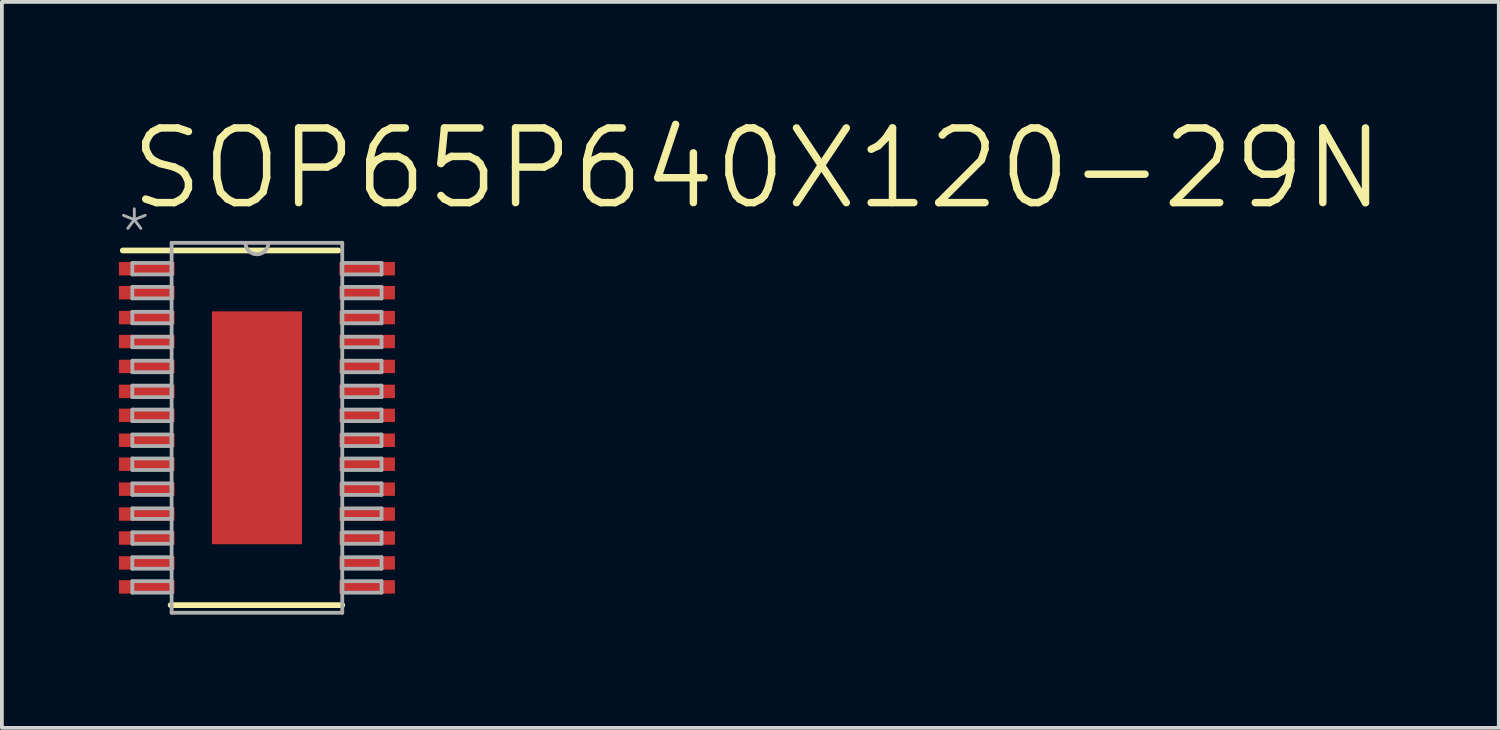
<source format=kicad_pcb>
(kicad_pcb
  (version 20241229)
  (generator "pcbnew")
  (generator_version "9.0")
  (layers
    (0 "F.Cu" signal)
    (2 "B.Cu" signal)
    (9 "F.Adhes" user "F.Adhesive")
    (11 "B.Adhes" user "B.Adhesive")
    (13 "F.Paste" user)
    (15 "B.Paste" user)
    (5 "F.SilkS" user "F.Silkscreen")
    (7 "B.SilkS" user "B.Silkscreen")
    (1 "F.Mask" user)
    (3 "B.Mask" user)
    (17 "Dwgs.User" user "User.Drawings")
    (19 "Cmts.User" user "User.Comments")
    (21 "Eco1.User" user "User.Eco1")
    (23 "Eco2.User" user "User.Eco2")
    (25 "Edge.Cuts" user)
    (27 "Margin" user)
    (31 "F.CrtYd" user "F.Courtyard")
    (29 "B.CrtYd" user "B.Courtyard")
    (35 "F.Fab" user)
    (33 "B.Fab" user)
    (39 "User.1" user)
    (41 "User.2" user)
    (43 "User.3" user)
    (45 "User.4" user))
  (footprint "SOP65P640X120-29N"
    (layer "F.Cu")
    (at 3.759 8.287)
    (property "Reference" "SOP65P640X120-29N" (at -3.454 -5.715 0) (layer "F.SilkS") (effects (font (size 1.979 1.979) (thickness 0.198)) (justify left bottom)))
    (attr through_hole)
    (fp_poly (pts (xy -0.889 -2.921) (xy -0.254 -2.921) (xy -0.254 -2.286) (xy -0.889 -2.286)) (stroke (width 0.15) (type solid)) (fill yes) (layer "F.Mask"))
    (fp_poly (pts (xy -0.889 -1.635) (xy -0.254 -1.635) (xy -0.254 -1) (xy -0.889 -1)) (stroke (width 0.15) (type solid)) (fill yes) (layer "F.Mask"))
    (fp_poly (pts (xy -0.889 -0.349) (xy -0.254 -0.349) (xy -0.254 0.286) (xy -0.889 0.286)) (stroke (width 0.15) (type solid)) (fill yes) (layer "F.Mask"))
    (fp_poly (pts (xy -0.889 0.937) (xy -0.254 0.937) (xy -0.254 1.572) (xy -0.889 1.572)) (stroke (width 0.15) (type solid)) (fill yes) (layer "F.Mask"))
    (fp_poly (pts (xy -0.889 2.223) (xy -0.254 2.223) (xy -0.254 2.857) (xy -0.889 2.857)) (stroke (width 0.15) (type solid)) (fill yes) (layer "F.Mask"))
    (fp_poly (pts (xy 0.254 -2.921) (xy 0.889 -2.921) (xy 0.889 -2.286) (xy 0.254 -2.286)) (stroke (width 0.15) (type solid)) (fill yes) (layer "F.Mask"))
    (fp_poly (pts (xy 0.254 -1.635) (xy 0.889 -1.635) (xy 0.889 -1) (xy 0.254 -1)) (stroke (width 0.15) (type solid)) (fill yes) (layer "F.Mask"))
    (fp_poly (pts (xy 0.254 -0.349) (xy 0.889 -0.349) (xy 0.889 0.286) (xy 0.254 0.286)) (stroke (width 0.15) (type solid)) (fill yes) (layer "F.Mask"))
    (fp_poly (pts (xy 0.254 0.937) (xy 0.889 0.937) (xy 0.889 1.572) (xy 0.254 1.572)) (stroke (width 0.15) (type solid)) (fill yes) (layer "F.Mask"))
    (fp_poly (pts (xy 0.254 2.223) (xy 0.889 2.223) (xy 0.889 2.857) (xy 0.254 2.857)) (stroke (width 0.15) (type solid)) (fill yes) (layer "F.Mask"))
    (fp_line (start -2.286 4.699) (end 2.261 4.699) (stroke (width 0.152) (type solid)) (layer "F.SilkS"))
    (fp_line (start 2.159 -4.699) (end -3.556 -4.699) (stroke (width 0.152) (type solid)) (layer "F.SilkS"))
    (fp_poly (pts (xy -0.889 -2.794) (xy -0.254 -2.794) (xy -0.254 -2.159) (xy -0.889 -2.159)) (stroke (width 0.15) (type solid)) (fill yes) (layer "F.Paste"))
    (fp_poly (pts (xy -0.889 -1.556) (xy -0.254 -1.556) (xy -0.254 -0.921) (xy -0.889 -0.921)) (stroke (width 0.15) (type solid)) (fill yes) (layer "F.Paste"))
    (fp_poly (pts (xy -0.889 -0.318) (xy -0.254 -0.318) (xy -0.254 0.318) (xy -0.889 0.318)) (stroke (width 0.15) (type solid)) (fill yes) (layer "F.Paste"))
    (fp_poly (pts (xy -0.889 0.921) (xy -0.254 0.921) (xy -0.254 1.556) (xy -0.889 1.556)) (stroke (width 0.15) (type solid)) (fill yes) (layer "F.Paste"))
    (fp_poly (pts (xy -0.889 2.159) (xy -0.254 2.159) (xy -0.254 2.794) (xy -0.889 2.794)) (stroke (width 0.15) (type solid)) (fill yes) (layer "F.Paste"))
    (fp_poly (pts (xy 0.254 -2.794) (xy 0.889 -2.794) (xy 0.889 -2.159) (xy 0.254 -2.159)) (stroke (width 0.15) (type solid)) (fill yes) (layer "F.Paste"))
    (fp_poly (pts (xy 0.254 -1.556) (xy 0.889 -1.556) (xy 0.889 -0.921) (xy 0.254 -0.921)) (stroke (width 0.15) (type solid)) (fill yes) (layer "F.Paste"))
    (fp_poly (pts (xy 0.254 -0.318) (xy 0.889 -0.318) (xy 0.889 0.318) (xy 0.254 0.318)) (stroke (width 0.15) (type solid)) (fill yes) (layer "F.Paste"))
    (fp_poly (pts (xy 0.254 0.921) (xy 0.889 0.921) (xy 0.889 1.556) (xy 0.254 1.556)) (stroke (width 0.15) (type solid)) (fill yes) (layer "F.Paste"))
    (fp_poly (pts (xy 0.254 2.159) (xy 0.889 2.159) (xy 0.889 2.794) (xy 0.254 2.794)) (stroke (width 0.15) (type solid)) (fill yes) (layer "F.Paste"))
    (fp_line (start -3.302 -4.369) (end -3.302 -4.064) (stroke (width 0.1) (type solid)) (layer "F.Fab"))
    (fp_line (start -3.302 -4.064) (end -2.261 -4.064) (stroke (width 0.1) (type solid)) (layer "F.Fab"))
    (fp_line (start -3.302 -3.734) (end -3.302 -3.429) (stroke (width 0.1) (type solid)) (layer "F.Fab"))
    (fp_line (start -3.302 -3.429) (end -2.261 -3.429) (stroke (width 0.1) (type solid)) (layer "F.Fab"))
    (fp_line (start -3.302 -3.073) (end -3.302 -2.769) (stroke (width 0.1) (type solid)) (layer "F.Fab"))
    (fp_line (start -3.302 -2.769) (end -2.261 -2.769) (stroke (width 0.1) (type solid)) (layer "F.Fab"))
    (fp_line (start -3.302 -2.413) (end -3.302 -2.134) (stroke (width 0.1) (type solid)) (layer "F.Fab"))
    (fp_line (start -3.302 -2.134) (end -2.261 -2.134) (stroke (width 0.1) (type solid)) (layer "F.Fab"))
    (fp_line (start -3.302 -1.778) (end -3.302 -1.473) (stroke (width 0.1) (type solid)) (layer "F.Fab"))
    (fp_line (start -3.302 -1.473) (end -2.261 -1.473) (stroke (width 0.1) (type solid)) (layer "F.Fab"))
    (fp_line (start -3.302 -1.118) (end -3.302 -0.813) (stroke (width 0.1) (type solid)) (layer "F.Fab"))
    (fp_line (start -3.302 -0.813) (end -2.261 -0.813) (stroke (width 0.1) (type solid)) (layer "F.Fab"))
    (fp_line (start -3.302 -0.483) (end -3.302 -0.178) (stroke (width 0.1) (type solid)) (layer "F.Fab"))
    (fp_line (start -3.302 -0.178) (end -2.261 -0.178) (stroke (width 0.1) (type solid)) (layer "F.Fab"))
    (fp_line (start -3.302 0.178) (end -3.302 0.483) (stroke (width 0.1) (type solid)) (layer "F.Fab"))
    (fp_line (start -3.302 0.483) (end -2.261 0.483) (stroke (width 0.1) (type solid)) (layer "F.Fab"))
    (fp_line (start -3.302 0.813) (end -3.302 1.118) (stroke (width 0.1) (type solid)) (layer "F.Fab"))
    (fp_line (start -3.302 1.118) (end -2.261 1.118) (stroke (width 0.1) (type solid)) (layer "F.Fab"))
    (fp_line (start -3.302 1.473) (end -3.302 1.778) (stroke (width 0.1) (type solid)) (layer "F.Fab"))
    (fp_line (start -3.302 1.778) (end -2.261 1.778) (stroke (width 0.1) (type solid)) (layer "F.Fab"))
    (fp_line (start -3.302 2.134) (end -3.302 2.413) (stroke (width 0.1) (type solid)) (layer "F.Fab"))
    (fp_line (start -3.302 2.413) (end -2.261 2.413) (stroke (width 0.1) (type solid)) (layer "F.Fab"))
    (fp_line (start -3.302 2.769) (end -3.302 3.073) (stroke (width 0.1) (type solid)) (layer "F.Fab"))
    (fp_line (start -3.302 3.073) (end -2.261 3.073) (stroke (width 0.1) (type solid)) (layer "F.Fab"))
    (fp_line (start -3.302 3.429) (end -3.302 3.734) (stroke (width 0.1) (type solid)) (layer "F.Fab"))
    (fp_line (start -3.302 3.734) (end -2.261 3.734) (stroke (width 0.1) (type solid)) (layer "F.Fab"))
    (fp_line (start -3.302 4.064) (end -3.302 4.369) (stroke (width 0.1) (type solid)) (layer "F.Fab"))
    (fp_line (start -3.302 4.369) (end -2.261 4.369) (stroke (width 0.1) (type solid)) (layer "F.Fab"))
    (fp_line (start -2.261 -4.902) (end -2.261 4.902) (stroke (width 0.1) (type solid)) (layer "F.Fab"))
    (fp_line (start -2.261 -4.369) (end -3.302 -4.369) (stroke (width 0.1) (type solid)) (layer "F.Fab"))
    (fp_line (start -2.261 -4.064) (end -2.261 -4.369) (stroke (width 0.1) (type solid)) (layer "F.Fab"))
    (fp_line (start -2.261 -3.734) (end -3.302 -3.734) (stroke (width 0.1) (type solid)) (layer "F.Fab"))
    (fp_line (start -2.261 -3.429) (end -2.261 -3.734) (stroke (width 0.1) (type solid)) (layer "F.Fab"))
    (fp_line (start -2.261 -3.073) (end -3.302 -3.073) (stroke (width 0.1) (type solid)) (layer "F.Fab"))
    (fp_line (start -2.261 -2.769) (end -2.261 -3.073) (stroke (width 0.1) (type solid)) (layer "F.Fab"))
    (fp_line (start -2.261 -2.413) (end -3.302 -2.413) (stroke (width 0.1) (type solid)) (layer "F.Fab"))
    (fp_line (start -2.261 -2.134) (end -2.261 -2.413) (stroke (width 0.1) (type solid)) (layer "F.Fab"))
    (fp_line (start -2.261 -1.778) (end -3.302 -1.778) (stroke (width 0.1) (type solid)) (layer "F.Fab"))
    (fp_line (start -2.261 -1.473) (end -2.261 -1.778) (stroke (width 0.1) (type solid)) (layer "F.Fab"))
    (fp_line (start -2.261 -1.118) (end -3.302 -1.118) (stroke (width 0.1) (type solid)) (layer "F.Fab"))
    (fp_line (start -2.261 -0.813) (end -2.261 -1.118) (stroke (width 0.1) (type solid)) (layer "F.Fab"))
    (fp_line (start -2.261 -0.483) (end -3.302 -0.483) (stroke (width 0.1) (type solid)) (layer "F.Fab"))
    (fp_line (start -2.261 -0.178) (end -2.261 -0.483) (stroke (width 0.1) (type solid)) (layer "F.Fab"))
    (fp_line (start -2.261 0.178) (end -3.302 0.178) (stroke (width 0.1) (type solid)) (layer "F.Fab"))
    (fp_line (start -2.261 0.483) (end -2.261 0.178) (stroke (width 0.1) (type solid)) (layer "F.Fab"))
    (fp_line (start -2.261 0.813) (end -3.302 0.813) (stroke (width 0.1) (type solid)) (layer "F.Fab"))
    (fp_line (start -2.261 1.118) (end -2.261 0.813) (stroke (width 0.1) (type solid)) (layer "F.Fab"))
    (fp_line (start -2.261 1.473) (end -3.302 1.473) (stroke (width 0.1) (type solid)) (layer "F.Fab"))
    (fp_line (start -2.261 1.778) (end -2.261 1.473) (stroke (width 0.1) (type solid)) (layer "F.Fab"))
    (fp_line (start -2.261 2.134) (end -3.302 2.134) (stroke (width 0.1) (type solid)) (layer "F.Fab"))
    (fp_line (start -2.261 2.413) (end -2.261 2.134) (stroke (width 0.1) (type solid)) (layer "F.Fab"))
    (fp_line (start -2.261 2.769) (end -3.302 2.769) (stroke (width 0.1) (type solid)) (layer "F.Fab"))
    (fp_line (start -2.261 3.073) (end -2.261 2.769) (stroke (width 0.1) (type solid)) (layer "F.Fab"))
    (fp_line (start -2.261 3.429) (end -3.302 3.429) (stroke (width 0.1) (type solid)) (layer "F.Fab"))
    (fp_line (start -2.261 3.734) (end -2.261 3.429) (stroke (width 0.1) (type solid)) (layer "F.Fab"))
    (fp_line (start -2.261 4.064) (end -3.302 4.064) (stroke (width 0.1) (type solid)) (layer "F.Fab"))
    (fp_line (start -2.261 4.369) (end -2.261 4.064) (stroke (width 0.1) (type solid)) (layer "F.Fab"))
    (fp_line (start -2.261 4.902) (end 2.261 4.902) (stroke (width 0.1) (type solid)) (layer "F.Fab"))
    (fp_line (start -0.305 -4.902) (end -2.261 -4.902) (stroke (width 0.1) (type solid)) (layer "F.Fab"))
    (fp_line (start 0.305 -4.902) (end -0.305 -4.902) (stroke (width 0.1) (type solid)) (layer "F.Fab"))
    (fp_line (start 2.261 -4.902) (end 0.305 -4.902) (stroke (width 0.1) (type solid)) (layer "F.Fab"))
    (fp_line (start 2.261 -4.369) (end 2.261 -4.064) (stroke (width 0.1) (type solid)) (layer "F.Fab"))
    (fp_line (start 2.261 -4.064) (end 3.302 -4.064) (stroke (width 0.1) (type solid)) (layer "F.Fab"))
    (fp_line (start 2.261 -3.734) (end 2.261 -3.429) (stroke (width 0.1) (type solid)) (layer "F.Fab"))
    (fp_line (start 2.261 -3.429) (end 3.302 -3.429) (stroke (width 0.1) (type solid)) (layer "F.Fab"))
    (fp_line (start 2.261 -3.073) (end 2.261 -2.769) (stroke (width 0.1) (type solid)) (layer "F.Fab"))
    (fp_line (start 2.261 -2.769) (end 3.302 -2.769) (stroke (width 0.1) (type solid)) (layer "F.Fab"))
    (fp_line (start 2.261 -2.413) (end 2.261 -2.134) (stroke (width 0.1) (type solid)) (layer "F.Fab"))
    (fp_line (start 2.261 -2.134) (end 3.302 -2.134) (stroke (width 0.1) (type solid)) (layer "F.Fab"))
    (fp_line (start 2.261 -1.778) (end 2.261 -1.473) (stroke (width 0.1) (type solid)) (layer "F.Fab"))
    (fp_line (start 2.261 -1.473) (end 3.302 -1.473) (stroke (width 0.1) (type solid)) (layer "F.Fab"))
    (fp_line (start 2.261 -1.118) (end 2.261 -0.813) (stroke (width 0.1) (type solid)) (layer "F.Fab"))
    (fp_line (start 2.261 -0.813) (end 3.302 -0.813) (stroke (width 0.1) (type solid)) (layer "F.Fab"))
    (fp_line (start 2.261 -0.483) (end 2.261 -0.178) (stroke (width 0.1) (type solid)) (layer "F.Fab"))
    (fp_line (start 2.261 -0.178) (end 3.302 -0.178) (stroke (width 0.1) (type solid)) (layer "F.Fab"))
    (fp_line (start 2.261 0.178) (end 2.261 0.483) (stroke (width 0.1) (type solid)) (layer "F.Fab"))
    (fp_line (start 2.261 0.483) (end 3.302 0.483) (stroke (width 0.1) (type solid)) (layer "F.Fab"))
    (fp_line (start 2.261 0.813) (end 2.261 1.118) (stroke (width 0.1) (type solid)) (layer "F.Fab"))
    (fp_line (start 2.261 1.118) (end 3.302 1.118) (stroke (width 0.1) (type solid)) (layer "F.Fab"))
    (fp_line (start 2.261 1.473) (end 2.261 1.778) (stroke (width 0.1) (type solid)) (layer "F.Fab"))
    (fp_line (start 2.261 1.778) (end 3.302 1.778) (stroke (width 0.1) (type solid)) (layer "F.Fab"))
    (fp_line (start 2.261 2.134) (end 2.261 2.413) (stroke (width 0.1) (type solid)) (layer "F.Fab"))
    (fp_line (start 2.261 2.413) (end 3.302 2.413) (stroke (width 0.1) (type solid)) (layer "F.Fab"))
    (fp_line (start 2.261 2.769) (end 2.261 3.073) (stroke (width 0.1) (type solid)) (layer "F.Fab"))
    (fp_line (start 2.261 3.073) (end 3.302 3.073) (stroke (width 0.1) (type solid)) (layer "F.Fab"))
    (fp_line (start 2.261 3.429) (end 2.261 3.734) (stroke (width 0.1) (type solid)) (layer "F.Fab"))
    (fp_line (start 2.261 3.734) (end 3.302 3.734) (stroke (width 0.1) (type solid)) (layer "F.Fab"))
    (fp_line (start 2.261 4.064) (end 2.261 4.369) (stroke (width 0.1) (type solid)) (layer "F.Fab"))
    (fp_line (start 2.261 4.369) (end 3.302 4.369) (stroke (width 0.1) (type solid)) (layer "F.Fab"))
    (fp_line (start 2.261 4.902) (end 2.261 -4.902) (stroke (width 0.1) (type solid)) (layer "F.Fab"))
    (fp_line (start 3.302 -4.369) (end 2.261 -4.369) (stroke (width 0.1) (type solid)) (layer "F.Fab"))
    (fp_line (start 3.302 -4.064) (end 3.302 -4.369) (stroke (width 0.1) (type solid)) (layer "F.Fab"))
    (fp_line (start 3.302 -3.734) (end 2.261 -3.734) (stroke (width 0.1) (type solid)) (layer "F.Fab"))
    (fp_line (start 3.302 -3.429) (end 3.302 -3.734) (stroke (width 0.1) (type solid)) (layer "F.Fab"))
    (fp_line (start 3.302 -3.073) (end 2.261 -3.073) (stroke (width 0.1) (type solid)) (layer "F.Fab"))
    (fp_line (start 3.302 -2.769) (end 3.302 -3.073) (stroke (width 0.1) (type solid)) (layer "F.Fab"))
    (fp_line (start 3.302 -2.413) (end 2.261 -2.413) (stroke (width 0.1) (type solid)) (layer "F.Fab"))
    (fp_line (start 3.302 -2.134) (end 3.302 -2.413) (stroke (width 0.1) (type solid)) (layer "F.Fab"))
    (fp_line (start 3.302 -1.778) (end 2.261 -1.778) (stroke (width 0.1) (type solid)) (layer "F.Fab"))
    (fp_line (start 3.302 -1.473) (end 3.302 -1.778) (stroke (width 0.1) (type solid)) (layer "F.Fab"))
    (fp_line (start 3.302 -1.118) (end 2.261 -1.118) (stroke (width 0.1) (type solid)) (layer "F.Fab"))
    (fp_line (start 3.302 -0.813) (end 3.302 -1.118) (stroke (width 0.1) (type solid)) (layer "F.Fab"))
    (fp_line (start 3.302 -0.483) (end 2.261 -0.483) (stroke (width 0.1) (type solid)) (layer "F.Fab"))
    (fp_line (start 3.302 -0.178) (end 3.302 -0.483) (stroke (width 0.1) (type solid)) (layer "F.Fab"))
    (fp_line (start 3.302 0.178) (end 2.261 0.178) (stroke (width 0.1) (type solid)) (layer "F.Fab"))
    (fp_line (start 3.302 0.483) (end 3.302 0.178) (stroke (width 0.1) (type solid)) (layer "F.Fab"))
    (fp_line (start 3.302 0.813) (end 2.261 0.813) (stroke (width 0.1) (type solid)) (layer "F.Fab"))
    (fp_line (start 3.302 1.118) (end 3.302 0.813) (stroke (width 0.1) (type solid)) (layer "F.Fab"))
    (fp_line (start 3.302 1.473) (end 2.261 1.473) (stroke (width 0.1) (type solid)) (layer "F.Fab"))
    (fp_line (start 3.302 1.778) (end 3.302 1.473) (stroke (width 0.1) (type solid)) (layer "F.Fab"))
    (fp_line (start 3.302 2.134) (end 2.261 2.134) (stroke (width 0.1) (type solid)) (layer "F.Fab"))
    (fp_line (start 3.302 2.413) (end 3.302 2.134) (stroke (width 0.1) (type solid)) (layer "F.Fab"))
    (fp_line (start 3.302 2.769) (end 2.261 2.769) (stroke (width 0.1) (type solid)) (layer "F.Fab"))
    (fp_line (start 3.302 3.073) (end 3.302 2.769) (stroke (width 0.1) (type solid)) (layer "F.Fab"))
    (fp_line (start 3.302 3.429) (end 2.261 3.429) (stroke (width 0.1) (type solid)) (layer "F.Fab"))
    (fp_line (start 3.302 3.734) (end 3.302 3.429) (stroke (width 0.1) (type solid)) (layer "F.Fab"))
    (fp_line (start 3.302 4.064) (end 2.261 4.064) (stroke (width 0.1) (type solid)) (layer "F.Fab"))
    (fp_line (start 3.302 4.369) (end 3.302 4.064) (stroke (width 0.1) (type solid)) (layer "F.Fab"))
    (fp_arc (start 0.3048 -4.9022) (mid 0 -4.5974) (end -0.3048 -4.9022) (stroke (width 0.1) (type solid)) (layer "F.Fab"))
    (fp_text user "*" (at -3.759 -4.445 0) (layer "F.Fab") (effects (font (size 1.206 1.206) (thickness 0.076)) (justify left bottom)))
    (pad "1" smd rect (at -2.921 -4.216) (size 1.473 0.356) (layers "F.Cu" "F.Mask" "F.Paste"))
    (pad "2" smd rect (at -2.921 -3.581) (size 1.473 0.356) (layers "F.Cu" "F.Mask" "F.Paste"))
    (pad "3" smd rect (at -2.921 -2.921) (size 1.473 0.356) (layers "F.Cu" "F.Mask" "F.Paste"))
    (pad "4" smd rect (at -2.921 -2.286) (size 1.473 0.356) (layers "F.Cu" "F.Mask" "F.Paste"))
    (pad "5" smd rect (at -2.921 -1.626) (size 1.473 0.356) (layers "F.Cu" "F.Mask" "F.Paste"))
    (pad "6" smd rect (at -2.921 -0.965) (size 1.473 0.356) (layers "F.Cu" "F.Mask" "F.Paste"))
    (pad "7" smd rect (at -2.921 -0.33) (size 1.473 0.356) (layers "F.Cu" "F.Mask" "F.Paste"))
    (pad "8" smd rect (at -2.921 0.33) (size 1.473 0.356) (layers "F.Cu" "F.Mask" "F.Paste"))
    (pad "9" smd rect (at -2.921 0.965) (size 1.473 0.356) (layers "F.Cu" "F.Mask" "F.Paste"))
    (pad "10" smd rect (at -2.921 1.626) (size 1.473 0.356) (layers "F.Cu" "F.Mask" "F.Paste"))
    (pad "11" smd rect (at -2.921 2.286) (size 1.473 0.356) (layers "F.Cu" "F.Mask" "F.Paste"))
    (pad "12" smd rect (at -2.921 2.921) (size 1.473 0.356) (layers "F.Cu" "F.Mask" "F.Paste"))
    (pad "13" smd rect (at -2.921 3.581) (size 1.473 0.356) (layers "F.Cu" "F.Mask" "F.Paste"))
    (pad "14" smd rect (at -2.921 4.216) (size 1.473 0.356) (layers "F.Cu" "F.Mask" "F.Paste"))
    (pad "15" smd rect (at 2.921 4.216) (size 1.473 0.356) (layers "F.Cu" "F.Mask" "F.Paste"))
    (pad "16" smd rect (at 2.921 3.581) (size 1.473 0.356) (layers "F.Cu" "F.Mask" "F.Paste"))
    (pad "17" smd rect (at 2.921 2.921) (size 1.473 0.356) (layers "F.Cu" "F.Mask" "F.Paste"))
    (pad "18" smd rect (at 2.921 2.286) (size 1.473 0.356) (layers "F.Cu" "F.Mask" "F.Paste"))
    (pad "19" smd rect (at 2.921 1.626) (size 1.473 0.356) (layers "F.Cu" "F.Mask" "F.Paste"))
    (pad "20" smd rect (at 2.921 0.965) (size 1.473 0.356) (layers "F.Cu" "F.Mask" "F.Paste"))
    (pad "21" smd rect (at 2.921 0.33) (size 1.473 0.356) (layers "F.Cu" "F.Mask" "F.Paste"))
    (pad "22" smd rect (at 2.921 -0.33) (size 1.473 0.356) (layers "F.Cu" "F.Mask" "F.Paste"))
    (pad "23" smd rect (at 2.921 -0.965) (size 1.473 0.356) (layers "F.Cu" "F.Mask" "F.Paste"))
    (pad "24" smd rect (at 2.921 -1.626) (size 1.473 0.356) (layers "F.Cu" "F.Mask" "F.Paste"))
    (pad "25" smd rect (at 2.921 -2.286) (size 1.473 0.356) (layers "F.Cu" "F.Mask" "F.Paste"))
    (pad "26" smd rect (at 2.921 -2.921) (size 1.473 0.356) (layers "F.Cu" "F.Mask" "F.Paste"))
    (pad "27" smd rect (at 2.921 -3.581) (size 1.473 0.356) (layers "F.Cu" "F.Mask" "F.Paste"))
    (pad "28" smd rect (at 2.921 -4.216) (size 1.473 0.356) (layers "F.Cu" "F.Mask" "F.Paste"))
    (pad "29" smd rect (at 0 0) (size 2.388 6.172) (layers "F.Cu" "F.Mask")))
  (gr_rect
    (start -3 -3)
    (end 36.669 16.239)
    (stroke (width 0.1) (type default))
    (fill no)
    (layer "Edge.Cuts")))
</source>
